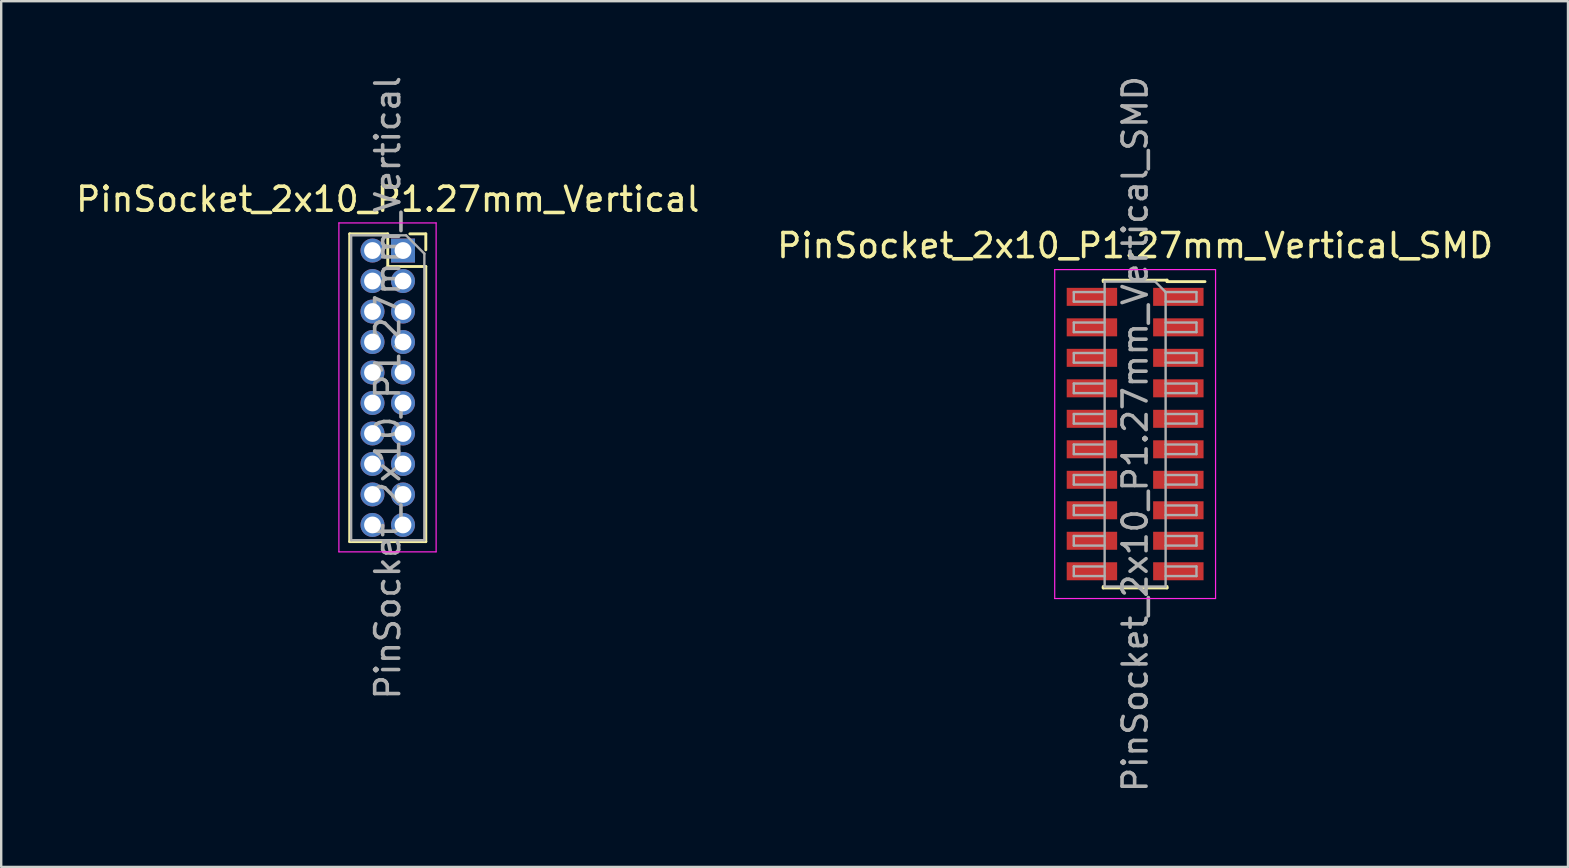
<source format=kicad_pcb>
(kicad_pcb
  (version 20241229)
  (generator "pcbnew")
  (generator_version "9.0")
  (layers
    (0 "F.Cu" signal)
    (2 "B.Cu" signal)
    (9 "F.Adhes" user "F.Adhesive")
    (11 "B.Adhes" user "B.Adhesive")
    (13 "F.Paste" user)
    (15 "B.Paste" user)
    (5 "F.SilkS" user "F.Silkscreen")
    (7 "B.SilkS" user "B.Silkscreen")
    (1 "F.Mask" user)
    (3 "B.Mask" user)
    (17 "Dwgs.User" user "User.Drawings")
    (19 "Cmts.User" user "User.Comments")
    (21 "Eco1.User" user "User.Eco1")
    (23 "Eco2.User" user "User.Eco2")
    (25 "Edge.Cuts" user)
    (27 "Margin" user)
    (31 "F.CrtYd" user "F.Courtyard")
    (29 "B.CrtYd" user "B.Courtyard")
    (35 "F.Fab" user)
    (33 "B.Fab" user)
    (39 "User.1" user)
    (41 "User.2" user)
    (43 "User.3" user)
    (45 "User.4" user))
  (footprint "PinSocket_2x10_P1.27mm_Vertical"
    (layer "F.Cu")
    (at 13.736 7.386)
    (property "Reference" "PinSocket_2x10_P1.27mm_Vertical" (at -0.635 -2.135 0) (layer "F.SilkS") (effects (font (size 1 1) (thickness 0.15))))
    (attr through_hole)
    (fp_line (start -2.22 -0.695) (end -2.22 12.125) (stroke (width 0.12) (type solid)) (layer "F.SilkS"))
    (fp_line (start -2.22 12.125) (end 0.95 12.125) (stroke (width 0.12) (type solid)) (layer "F.SilkS"))
    (fp_line (start -0.635 -0.695) (end -2.22 -0.695) (stroke (width 0.12) (type solid)) (layer "F.SilkS"))
    (fp_line (start -0.635 0.665) (end -0.635 -0.695) (stroke (width 0.12) (type solid)) (layer "F.SilkS"))
    (fp_line (start 0.95 -0.695) (end 0.285 -0.695) (stroke (width 0.12) (type solid)) (layer "F.SilkS"))
    (fp_line (start 0.95 -0.03) (end 0.95 -0.695) (stroke (width 0.12) (type solid)) (layer "F.SilkS"))
    (fp_line (start 0.95 0.665) (end -0.635 0.665) (stroke (width 0.12) (type solid)) (layer "F.SilkS"))
    (fp_line (start 0.95 12.125) (end 0.95 0.665) (stroke (width 0.12) (type solid)) (layer "F.SilkS"))
    (fp_line (start -2.67 -1.15) (end 1.38 -1.15) (stroke (width 0.05) (type solid)) (layer "F.CrtYd"))
    (fp_line (start -2.67 12.55) (end -2.67 -1.15) (stroke (width 0.05) (type solid)) (layer "F.CrtYd"))
    (fp_line (start 1.38 -1.15) (end 1.38 12.55) (stroke (width 0.05) (type solid)) (layer "F.CrtYd"))
    (fp_line (start 1.38 12.55) (end -2.67 12.55) (stroke (width 0.05) (type solid)) (layer "F.CrtYd"))
    (fp_line (start -2.16 -0.635) (end 0.128 -0.635) (stroke (width 0.1) (type solid)) (layer "F.Fab"))
    (fp_line (start -2.16 12.065) (end -2.16 -0.635) (stroke (width 0.1) (type solid)) (layer "F.Fab"))
    (fp_line (start 0.128 -0.635) (end 0.89 0.128) (stroke (width 0.1) (type solid)) (layer "F.Fab"))
    (fp_line (start 0.89 0.128) (end 0.89 12.065) (stroke (width 0.1) (type solid)) (layer "F.Fab"))
    (fp_line (start 0.89 12.065) (end -2.16 12.065) (stroke (width 0.1) (type solid)) (layer "F.Fab"))
    (fp_text user "${REFERENCE}" (at -0.635 5.715 90) (layer "F.Fab") (effects (font (size 1 1) (thickness 0.15))))
    (pad "1" thru_hole rect (at 0 0) (size 1 1) (drill 0.7) (layers "*.Cu" "*.Mask"))
    (pad "2" thru_hole oval (at -1.27 0) (size 1 1) (drill 0.7) (layers "*.Cu" "*.Mask"))
    (pad "3" thru_hole oval (at 0 1.27) (size 1 1) (drill 0.7) (layers "*.Cu" "*.Mask"))
    (pad "4" thru_hole oval (at -1.27 1.27) (size 1 1) (drill 0.7) (layers "*.Cu" "*.Mask"))
    (pad "5" thru_hole oval (at 0 2.54) (size 1 1) (drill 0.7) (layers "*.Cu" "*.Mask"))
    (pad "6" thru_hole oval (at -1.27 2.54) (size 1 1) (drill 0.7) (layers "*.Cu" "*.Mask"))
    (pad "7" thru_hole oval (at 0 3.81) (size 1 1) (drill 0.7) (layers "*.Cu" "*.Mask"))
    (pad "8" thru_hole oval (at -1.27 3.81) (size 1 1) (drill 0.7) (layers "*.Cu" "*.Mask"))
    (pad "9" thru_hole oval (at 0 5.08) (size 1 1) (drill 0.7) (layers "*.Cu" "*.Mask"))
    (pad "10" thru_hole oval (at -1.27 5.08) (size 1 1) (drill 0.7) (layers "*.Cu" "*.Mask"))
    (pad "11" thru_hole oval (at 0 6.35) (size 1 1) (drill 0.7) (layers "*.Cu" "*.Mask"))
    (pad "12" thru_hole oval (at -1.27 6.35) (size 1 1) (drill 0.7) (layers "*.Cu" "*.Mask"))
    (pad "13" thru_hole oval (at 0 7.62) (size 1 1) (drill 0.7) (layers "*.Cu" "*.Mask"))
    (pad "14" thru_hole oval (at -1.27 7.62) (size 1 1) (drill 0.7) (layers "*.Cu" "*.Mask"))
    (pad "15" thru_hole oval (at 0 8.89) (size 1 1) (drill 0.7) (layers "*.Cu" "*.Mask"))
    (pad "16" thru_hole oval (at -1.27 8.89) (size 1 1) (drill 0.7) (layers "*.Cu" "*.Mask"))
    (pad "17" thru_hole oval (at 0 10.16) (size 1 1) (drill 0.7) (layers "*.Cu" "*.Mask"))
    (pad "18" thru_hole oval (at -1.27 10.16) (size 1 1) (drill 0.7) (layers "*.Cu" "*.Mask"))
    (pad "19" thru_hole oval (at 0 11.43) (size 1 1) (drill 0.7) (layers "*.Cu" "*.Mask"))
    (pad "20" thru_hole oval (at -1.27 11.43) (size 1 1) (drill 0.7) (layers "*.Cu" "*.Mask")))
  (footprint "PinSocket_2x10_P1.27mm_Vertical_SMD"
    (layer "F.Cu")
    (at 44.232 15.03)
    (property "Reference" "PinSocket_2x10_P1.27mm_Vertical_SMD" (at 0 -7.85 0) (layer "F.SilkS") (effects (font (size 1 1) (thickness 0.15))))
    (attr smd)
    (fp_line (start -1.33 -6.41) (end 1.33 -6.41) (stroke (width 0.12) (type solid)) (layer "F.SilkS"))
    (fp_line (start -1.33 -6.35) (end -1.33 -6.41) (stroke (width 0.12) (type solid)) (layer "F.SilkS"))
    (fp_line (start -1.33 6.41) (end -1.33 6.35) (stroke (width 0.12) (type solid)) (layer "F.SilkS"))
    (fp_line (start 1.33 -6.41) (end 1.33 -6.35) (stroke (width 0.12) (type solid)) (layer "F.SilkS"))
    (fp_line (start 1.33 -6.35) (end 2.91 -6.35) (stroke (width 0.12) (type solid)) (layer "F.SilkS"))
    (fp_line (start 1.33 6.35) (end 1.33 6.41) (stroke (width 0.12) (type solid)) (layer "F.SilkS"))
    (fp_line (start 1.33 6.41) (end -1.33 6.41) (stroke (width 0.12) (type solid)) (layer "F.SilkS"))
    (fp_line (start -3.35 -6.85) (end 3.35 -6.85) (stroke (width 0.05) (type solid)) (layer "F.CrtYd"))
    (fp_line (start -3.35 6.85) (end -3.35 -6.85) (stroke (width 0.05) (type solid)) (layer "F.CrtYd"))
    (fp_line (start 3.35 -6.85) (end 3.35 6.85) (stroke (width 0.05) (type solid)) (layer "F.CrtYd"))
    (fp_line (start 3.35 6.85) (end -3.35 6.85) (stroke (width 0.05) (type solid)) (layer "F.CrtYd"))
    (fp_line (start -2.555 -5.915) (end -1.27 -5.915) (stroke (width 0.1) (type solid)) (layer "F.Fab"))
    (fp_line (start -2.555 -5.515) (end -2.555 -5.915) (stroke (width 0.1) (type solid)) (layer "F.Fab"))
    (fp_line (start -2.555 -4.645) (end -1.27 -4.645) (stroke (width 0.1) (type solid)) (layer "F.Fab"))
    (fp_line (start -2.555 -4.245) (end -2.555 -4.645) (stroke (width 0.1) (type solid)) (layer "F.Fab"))
    (fp_line (start -2.555 -3.375) (end -1.27 -3.375) (stroke (width 0.1) (type solid)) (layer "F.Fab"))
    (fp_line (start -2.555 -2.975) (end -2.555 -3.375) (stroke (width 0.1) (type solid)) (layer "F.Fab"))
    (fp_line (start -2.555 -2.105) (end -1.27 -2.105) (stroke (width 0.1) (type solid)) (layer "F.Fab"))
    (fp_line (start -2.555 -1.705) (end -2.555 -2.105) (stroke (width 0.1) (type solid)) (layer "F.Fab"))
    (fp_line (start -2.555 -0.835) (end -1.27 -0.835) (stroke (width 0.1) (type solid)) (layer "F.Fab"))
    (fp_line (start -2.555 -0.435) (end -2.555 -0.835) (stroke (width 0.1) (type solid)) (layer "F.Fab"))
    (fp_line (start -2.555 0.435) (end -1.27 0.435) (stroke (width 0.1) (type solid)) (layer "F.Fab"))
    (fp_line (start -2.555 0.835) (end -2.555 0.435) (stroke (width 0.1) (type solid)) (layer "F.Fab"))
    (fp_line (start -2.555 1.705) (end -1.27 1.705) (stroke (width 0.1) (type solid)) (layer "F.Fab"))
    (fp_line (start -2.555 2.105) (end -2.555 1.705) (stroke (width 0.1) (type solid)) (layer "F.Fab"))
    (fp_line (start -2.555 2.975) (end -1.27 2.975) (stroke (width 0.1) (type solid)) (layer "F.Fab"))
    (fp_line (start -2.555 3.375) (end -2.555 2.975) (stroke (width 0.1) (type solid)) (layer "F.Fab"))
    (fp_line (start -2.555 4.245) (end -1.27 4.245) (stroke (width 0.1) (type solid)) (layer "F.Fab"))
    (fp_line (start -2.555 4.645) (end -2.555 4.245) (stroke (width 0.1) (type solid)) (layer "F.Fab"))
    (fp_line (start -2.555 5.515) (end -1.27 5.515) (stroke (width 0.1) (type solid)) (layer "F.Fab"))
    (fp_line (start -2.555 5.915) (end -2.555 5.515) (stroke (width 0.1) (type solid)) (layer "F.Fab"))
    (fp_line (start -1.27 -6.35) (end 0.835 -6.35) (stroke (width 0.1) (type solid)) (layer "F.Fab"))
    (fp_line (start -1.27 -5.515) (end -2.555 -5.515) (stroke (width 0.1) (type solid)) (layer "F.Fab"))
    (fp_line (start -1.27 -4.245) (end -2.555 -4.245) (stroke (width 0.1) (type solid)) (layer "F.Fab"))
    (fp_line (start -1.27 -2.975) (end -2.555 -2.975) (stroke (width 0.1) (type solid)) (layer "F.Fab"))
    (fp_line (start -1.27 -1.705) (end -2.555 -1.705) (stroke (width 0.1) (type solid)) (layer "F.Fab"))
    (fp_line (start -1.27 -0.435) (end -2.555 -0.435) (stroke (width 0.1) (type solid)) (layer "F.Fab"))
    (fp_line (start -1.27 0.835) (end -2.555 0.835) (stroke (width 0.1) (type solid)) (layer "F.Fab"))
    (fp_line (start -1.27 2.105) (end -2.555 2.105) (stroke (width 0.1) (type solid)) (layer "F.Fab"))
    (fp_line (start -1.27 3.375) (end -2.555 3.375) (stroke (width 0.1) (type solid)) (layer "F.Fab"))
    (fp_line (start -1.27 4.645) (end -2.555 4.645) (stroke (width 0.1) (type solid)) (layer "F.Fab"))
    (fp_line (start -1.27 5.915) (end -2.555 5.915) (stroke (width 0.1) (type solid)) (layer "F.Fab"))
    (fp_line (start -1.27 6.35) (end -1.27 -6.35) (stroke (width 0.1) (type solid)) (layer "F.Fab"))
    (fp_line (start 0.835 -6.35) (end 1.27 -5.915) (stroke (width 0.1) (type solid)) (layer "F.Fab"))
    (fp_line (start 1.27 -5.915) (end 1.27 6.35) (stroke (width 0.1) (type solid)) (layer "F.Fab"))
    (fp_line (start 1.27 -5.915) (end 2.555 -5.915) (stroke (width 0.1) (type solid)) (layer "F.Fab"))
    (fp_line (start 1.27 -4.645) (end 2.555 -4.645) (stroke (width 0.1) (type solid)) (layer "F.Fab"))
    (fp_line (start 1.27 -3.375) (end 2.555 -3.375) (stroke (width 0.1) (type solid)) (layer "F.Fab"))
    (fp_line (start 1.27 -2.105) (end 2.555 -2.105) (stroke (width 0.1) (type solid)) (layer "F.Fab"))
    (fp_line (start 1.27 -0.835) (end 2.555 -0.835) (stroke (width 0.1) (type solid)) (layer "F.Fab"))
    (fp_line (start 1.27 0.435) (end 2.555 0.435) (stroke (width 0.1) (type solid)) (layer "F.Fab"))
    (fp_line (start 1.27 1.705) (end 2.555 1.705) (stroke (width 0.1) (type solid)) (layer "F.Fab"))
    (fp_line (start 1.27 2.975) (end 2.555 2.975) (stroke (width 0.1) (type solid)) (layer "F.Fab"))
    (fp_line (start 1.27 4.245) (end 2.555 4.245) (stroke (width 0.1) (type solid)) (layer "F.Fab"))
    (fp_line (start 1.27 5.515) (end 2.555 5.515) (stroke (width 0.1) (type solid)) (layer "F.Fab"))
    (fp_line (start 1.27 6.35) (end -1.27 6.35) (stroke (width 0.1) (type solid)) (layer "F.Fab"))
    (fp_line (start 2.555 -5.915) (end 2.555 -5.515) (stroke (width 0.1) (type solid)) (layer "F.Fab"))
    (fp_line (start 2.555 -5.515) (end 1.27 -5.515) (stroke (width 0.1) (type solid)) (layer "F.Fab"))
    (fp_line (start 2.555 -4.645) (end 2.555 -4.245) (stroke (width 0.1) (type solid)) (layer "F.Fab"))
    (fp_line (start 2.555 -4.245) (end 1.27 -4.245) (stroke (width 0.1) (type solid)) (layer "F.Fab"))
    (fp_line (start 2.555 -3.375) (end 2.555 -2.975) (stroke (width 0.1) (type solid)) (layer "F.Fab"))
    (fp_line (start 2.555 -2.975) (end 1.27 -2.975) (stroke (width 0.1) (type solid)) (layer "F.Fab"))
    (fp_line (start 2.555 -2.105) (end 2.555 -1.705) (stroke (width 0.1) (type solid)) (layer "F.Fab"))
    (fp_line (start 2.555 -1.705) (end 1.27 -1.705) (stroke (width 0.1) (type solid)) (layer "F.Fab"))
    (fp_line (start 2.555 -0.835) (end 2.555 -0.435) (stroke (width 0.1) (type solid)) (layer "F.Fab"))
    (fp_line (start 2.555 -0.435) (end 1.27 -0.435) (stroke (width 0.1) (type solid)) (layer "F.Fab"))
    (fp_line (start 2.555 0.435) (end 2.555 0.835) (stroke (width 0.1) (type solid)) (layer "F.Fab"))
    (fp_line (start 2.555 0.835) (end 1.27 0.835) (stroke (width 0.1) (type solid)) (layer "F.Fab"))
    (fp_line (start 2.555 1.705) (end 2.555 2.105) (stroke (width 0.1) (type solid)) (layer "F.Fab"))
    (fp_line (start 2.555 2.105) (end 1.27 2.105) (stroke (width 0.1) (type solid)) (layer "F.Fab"))
    (fp_line (start 2.555 2.975) (end 2.555 3.375) (stroke (width 0.1) (type solid)) (layer "F.Fab"))
    (fp_line (start 2.555 3.375) (end 1.27 3.375) (stroke (width 0.1) (type solid)) (layer "F.Fab"))
    (fp_line (start 2.555 4.245) (end 2.555 4.645) (stroke (width 0.1) (type solid)) (layer "F.Fab"))
    (fp_line (start 2.555 4.645) (end 1.27 4.645) (stroke (width 0.1) (type solid)) (layer "F.Fab"))
    (fp_line (start 2.555 5.515) (end 2.555 5.915) (stroke (width 0.1) (type solid)) (layer "F.Fab"))
    (fp_line (start 2.555 5.915) (end 1.27 5.915) (stroke (width 0.1) (type solid)) (layer "F.Fab"))
    (fp_text user "${REFERENCE}" (at 0 0 90) (layer "F.Fab") (effects (font (size 1 1) (thickness 0.15))))
    (pad "1" smd rect (at 1.8 -5.715) (size 2.1 0.75) (layers "F.Cu" "F.Mask" "F.Paste"))
    (pad "2" smd rect (at -1.8 -5.715) (size 2.1 0.75) (layers "F.Cu" "F.Mask" "F.Paste"))
    (pad "3" smd rect (at 1.8 -4.445) (size 2.1 0.75) (layers "F.Cu" "F.Mask" "F.Paste"))
    (pad "4" smd rect (at -1.8 -4.445) (size 2.1 0.75) (layers "F.Cu" "F.Mask" "F.Paste"))
    (pad "5" smd rect (at 1.8 -3.175) (size 2.1 0.75) (layers "F.Cu" "F.Mask" "F.Paste"))
    (pad "6" smd rect (at -1.8 -3.175) (size 2.1 0.75) (layers "F.Cu" "F.Mask" "F.Paste"))
    (pad "7" smd rect (at 1.8 -1.905) (size 2.1 0.75) (layers "F.Cu" "F.Mask" "F.Paste"))
    (pad "8" smd rect (at -1.8 -1.905) (size 2.1 0.75) (layers "F.Cu" "F.Mask" "F.Paste"))
    (pad "9" smd rect (at 1.8 -0.635) (size 2.1 0.75) (layers "F.Cu" "F.Mask" "F.Paste"))
    (pad "10" smd rect (at -1.8 -0.635) (size 2.1 0.75) (layers "F.Cu" "F.Mask" "F.Paste"))
    (pad "11" smd rect (at 1.8 0.635) (size 2.1 0.75) (layers "F.Cu" "F.Mask" "F.Paste"))
    (pad "12" smd rect (at -1.8 0.635) (size 2.1 0.75) (layers "F.Cu" "F.Mask" "F.Paste"))
    (pad "13" smd rect (at 1.8 1.905) (size 2.1 0.75) (layers "F.Cu" "F.Mask" "F.Paste"))
    (pad "14" smd rect (at -1.8 1.905) (size 2.1 0.75) (layers "F.Cu" "F.Mask" "F.Paste"))
    (pad "15" smd rect (at 1.8 3.175) (size 2.1 0.75) (layers "F.Cu" "F.Mask" "F.Paste"))
    (pad "16" smd rect (at -1.8 3.175) (size 2.1 0.75) (layers "F.Cu" "F.Mask" "F.Paste"))
    (pad "17" smd rect (at 1.8 4.445) (size 2.1 0.75) (layers "F.Cu" "F.Mask" "F.Paste"))
    (pad "18" smd rect (at -1.8 4.445) (size 2.1 0.75) (layers "F.Cu" "F.Mask" "F.Paste"))
    (pad "19" smd rect (at 1.8 5.715) (size 2.1 0.75) (layers "F.Cu" "F.Mask" "F.Paste"))
    (pad "20" smd rect (at -1.8 5.715) (size 2.1 0.75) (layers "F.Cu" "F.Mask" "F.Paste")))
  (gr_rect
    (start -3 -3)
    (end 62.262 33.06)
    (stroke (width 0.1) (type default))
    (fill no)
    (layer "Edge.Cuts")))
</source>
